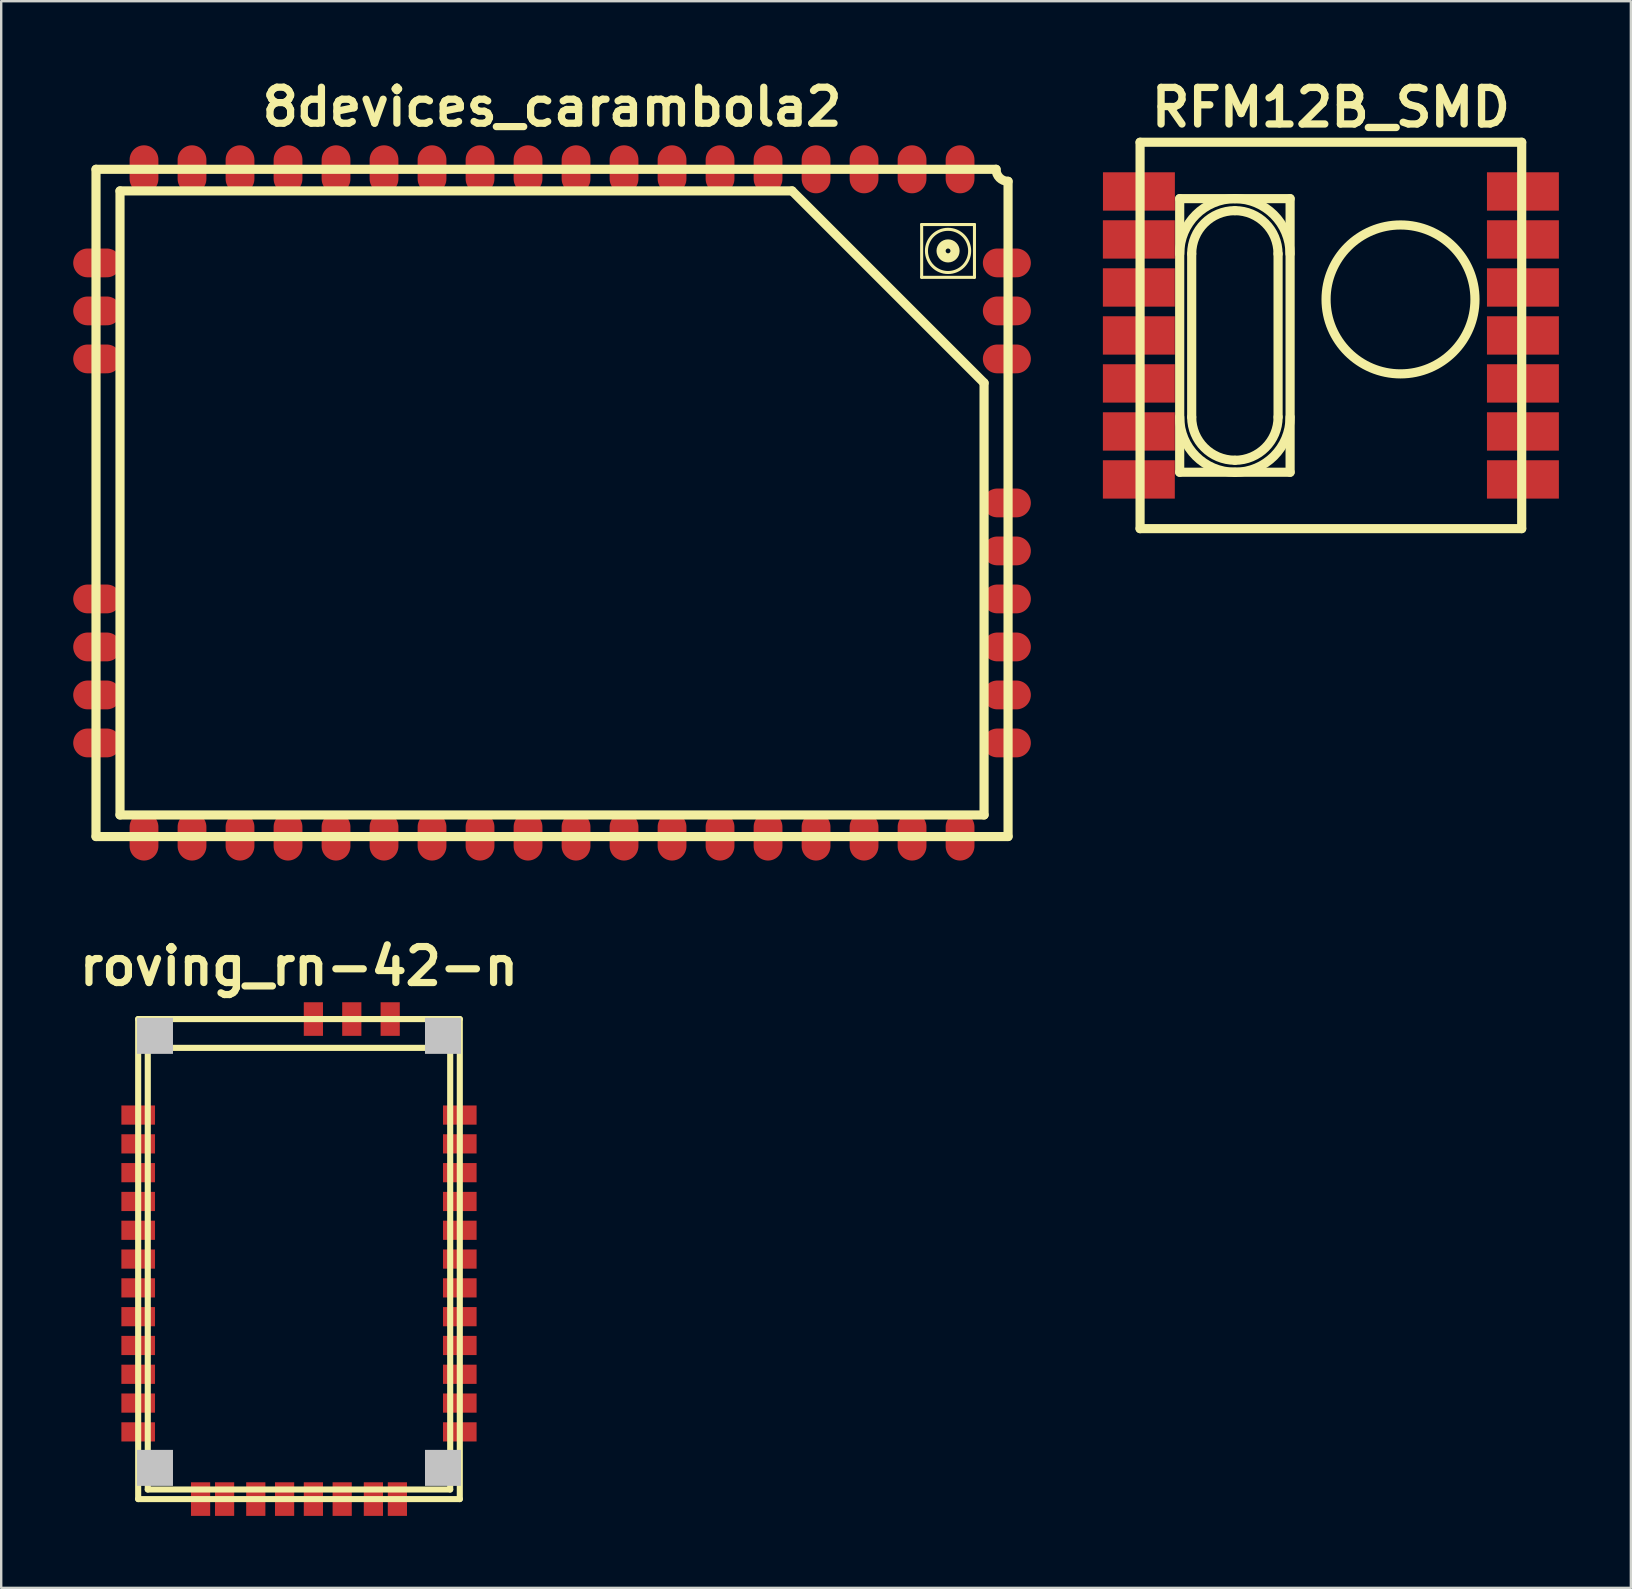
<source format=kicad_pcb>
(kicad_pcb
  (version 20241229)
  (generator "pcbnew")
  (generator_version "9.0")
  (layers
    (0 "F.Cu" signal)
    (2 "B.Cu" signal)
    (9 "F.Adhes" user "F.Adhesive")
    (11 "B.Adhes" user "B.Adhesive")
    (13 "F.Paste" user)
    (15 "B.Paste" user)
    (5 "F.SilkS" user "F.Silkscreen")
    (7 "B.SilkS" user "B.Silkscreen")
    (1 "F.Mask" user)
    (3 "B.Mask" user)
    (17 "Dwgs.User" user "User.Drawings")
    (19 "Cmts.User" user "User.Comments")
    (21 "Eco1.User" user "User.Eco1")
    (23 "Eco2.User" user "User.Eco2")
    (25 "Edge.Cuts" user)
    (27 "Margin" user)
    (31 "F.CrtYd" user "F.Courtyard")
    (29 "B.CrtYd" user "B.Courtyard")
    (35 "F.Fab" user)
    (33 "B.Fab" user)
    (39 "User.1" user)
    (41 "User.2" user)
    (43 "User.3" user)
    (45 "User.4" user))
  (footprint "roving_rn-42-n"
    (layer "F.Cu")
    (at 9.407 49.408)
    (property "Reference" "roving_rn-42-n" (at 0 -12.2 0) (layer "F.SilkS") (effects (font (size 1.5 1.5) (thickness 0.3))))
    (attr through_hole)
    (fp_line (start -6.7 -10) (end -6.7 10) (stroke (width 0.254) (type solid)) (layer "F.SilkS"))
    (fp_line (start -6.7 -10) (end 6.7 -10) (stroke (width 0.254) (type solid)) (layer "F.SilkS"))
    (fp_line (start -6.7 10) (end 6.7 10) (stroke (width 0.254) (type solid)) (layer "F.SilkS"))
    (fp_line (start -6.3 -8.8) (end -6.3 9.6) (stroke (width 0.254) (type solid)) (layer "F.SilkS"))
    (fp_line (start -6.3 -8.8) (end 6.3 -8.8) (stroke (width 0.254) (type solid)) (layer "F.SilkS"))
    (fp_line (start -6.3 9.6) (end 6.3 9.6) (stroke (width 0.254) (type solid)) (layer "F.SilkS"))
    (fp_line (start 6.3 -8.8) (end 6.3 9.6) (stroke (width 0.254) (type solid)) (layer "F.SilkS"))
    (fp_line (start 6.7 -10) (end 6.7 10) (stroke (width 0.254) (type solid)) (layer "F.SilkS"))
    (pad "" smd rect (at -6 -9.3) (size 1.5 1.5) (layers "Dwgs.User"))
    (pad "" smd rect (at -6 8.7) (size 1.5 1.5) (layers "Dwgs.User"))
    (pad "" smd rect (at 6 -9.3) (size 1.5 1.5) (layers "Dwgs.User"))
    (pad "" smd rect (at 6 8.7) (size 1.5 1.5) (layers "Dwgs.User"))
    (pad "1" smd rect (at -6.7 -6) (size 1.4 0.8) (layers "F.Cu" "F.Mask" "F.Paste"))
    (pad "2" smd rect (at -6.7 -4.8) (size 1.4 0.8) (layers "F.Cu" "F.Mask" "F.Paste"))
    (pad "3" smd rect (at -6.7 -3.6) (size 1.4 0.8) (layers "F.Cu" "F.Mask" "F.Paste"))
    (pad "4" smd rect (at -6.7 -2.4) (size 1.4 0.8) (layers "F.Cu" "F.Mask" "F.Paste"))
    (pad "5" smd rect (at -6.7 -1.2) (size 1.4 0.8) (layers "F.Cu" "F.Mask" "F.Paste"))
    (pad "6" smd rect (at -6.7 0) (size 1.4 0.8) (layers "F.Cu" "F.Mask" "F.Paste"))
    (pad "7" smd rect (at -6.7 1.2) (size 1.4 0.8) (layers "F.Cu" "F.Mask" "F.Paste"))
    (pad "8" smd rect (at -6.7 2.4) (size 1.4 0.8) (layers "F.Cu" "F.Mask" "F.Paste"))
    (pad "9" smd rect (at -6.7 3.6) (size 1.4 0.8) (layers "F.Cu" "F.Mask" "F.Paste"))
    (pad "10" smd rect (at -6.7 4.8) (size 1.4 0.8) (layers "F.Cu" "F.Mask" "F.Paste"))
    (pad "11" smd rect (at -6.7 6) (size 1.4 0.8) (layers "F.Cu" "F.Mask" "F.Paste"))
    (pad "12" smd rect (at -6.7 7.2) (size 1.4 0.8) (layers "F.Cu" "F.Mask" "F.Paste"))
    (pad "13" smd rect (at 6.7 7.2) (size 1.4 0.8) (layers "F.Cu" "F.Mask" "F.Paste"))
    (pad "14" smd rect (at 6.7 6) (size 1.4 0.8) (layers "F.Cu" "F.Mask" "F.Paste"))
    (pad "15" smd rect (at 6.7 4.8) (size 1.4 0.8) (layers "F.Cu" "F.Mask" "F.Paste"))
    (pad "16" smd rect (at 6.7 3.6) (size 1.4 0.8) (layers "F.Cu" "F.Mask" "F.Paste"))
    (pad "17" smd rect (at 6.7 2.4) (size 1.4 0.8) (layers "F.Cu" "F.Mask" "F.Paste"))
    (pad "18" smd rect (at 6.7 1.2) (size 1.4 0.8) (layers "F.Cu" "F.Mask" "F.Paste"))
    (pad "19" smd rect (at 6.7 0) (size 1.4 0.8) (layers "F.Cu" "F.Mask" "F.Paste"))
    (pad "20" smd rect (at 6.7 -1.2) (size 1.4 0.8) (layers "F.Cu" "F.Mask" "F.Paste"))
    (pad "21" smd rect (at 6.7 -2.4) (size 1.4 0.8) (layers "F.Cu" "F.Mask" "F.Paste"))
    (pad "22" smd rect (at 6.7 -3.6) (size 1.4 0.8) (layers "F.Cu" "F.Mask" "F.Paste"))
    (pad "23" smd rect (at 6.7 -4.8) (size 1.4 0.8) (layers "F.Cu" "F.Mask" "F.Paste"))
    (pad "24" smd rect (at 6.7 -6) (size 1.4 0.8) (layers "F.Cu" "F.Mask" "F.Paste"))
    (pad "25" smd rect (at 3.8 -10) (size 0.8 1.4) (layers "F.Cu" "F.Mask" "F.Paste"))
    (pad "26" smd rect (at 2.2 -10) (size 0.8 1.4) (layers "F.Cu" "F.Mask" "F.Paste"))
    (pad "27" smd rect (at 0.6 -10) (size 0.8 1.4) (layers "F.Cu" "F.Mask" "F.Paste"))
    (pad "28" smd rect (at 3.1 10) (size 0.8 1.4) (layers "F.Cu" "F.Mask" "F.Paste"))
    (pad "29" smd rect (at -3.1 10) (size 0.8 1.4) (layers "F.Cu" "F.Mask" "F.Paste"))
    (pad "30" smd rect (at 4.1 10) (size 0.8 1.4) (layers "F.Cu" "F.Mask" "F.Paste"))
    (pad "31" smd rect (at 1.8 10) (size 0.8 1.4) (layers "F.Cu" "F.Mask" "F.Paste"))
    (pad "32" smd rect (at 0.6 10) (size 0.8 1.4) (layers "F.Cu" "F.Mask" "F.Paste"))
    (pad "33" smd rect (at -0.6 10) (size 0.8 1.4) (layers "F.Cu" "F.Mask" "F.Paste"))
    (pad "34" smd rect (at -1.8 10) (size 0.8 1.4) (layers "F.Cu" "F.Mask" "F.Paste"))
    (pad "35" smd rect (at -4.1 10) (size 0.8 1.4) (layers "F.Cu" "F.Mask" "F.Paste")))
  (footprint "8devices_carambola2"
    (layer "F.Cu")
    (at 19.95 17.904)
    (property "Reference" "8devices_carambola2" (at 0 -16.5 0) (layer "F.SilkS") (effects (font (size 1.5 1.5) (thickness 0.3))))
    (attr through_hole)
    (fp_line (start -19 -13.9) (end 18.5 -13.9) (stroke (width 0.381) (type solid)) (layer "F.SilkS"))
    (fp_line (start -19 13.9) (end -19 -13.9) (stroke (width 0.381) (type solid)) (layer "F.SilkS"))
    (fp_line (start -18 -13) (end 10 -13) (stroke (width 0.381) (type solid)) (layer "F.SilkS"))
    (fp_line (start -18 13) (end -18 -13) (stroke (width 0.381) (type solid)) (layer "F.SilkS"))
    (fp_line (start 10 -13) (end 18 -5) (stroke (width 0.381) (type solid)) (layer "F.SilkS"))
    (fp_line (start 15.4 -11.6) (end 17.6 -11.6) (stroke (width 0.127) (type solid)) (layer "F.SilkS"))
    (fp_line (start 15.4 -9.4) (end 15.4 -11.6) (stroke (width 0.127) (type solid)) (layer "F.SilkS"))
    (fp_line (start 17.6 -11.6) (end 17.6 -9.4) (stroke (width 0.127) (type solid)) (layer "F.SilkS"))
    (fp_line (start 17.6 -9.4) (end 15.4 -9.4) (stroke (width 0.127) (type solid)) (layer "F.SilkS"))
    (fp_line (start 18 -5) (end 18 13) (stroke (width 0.381) (type solid)) (layer "F.SilkS"))
    (fp_line (start 18 13) (end -18 13) (stroke (width 0.381) (type solid)) (layer "F.SilkS"))
    (fp_line (start 19 -13.4) (end 19 13.9) (stroke (width 0.381) (type solid)) (layer "F.SilkS"))
    (fp_line (start 19 13.9) (end -19 13.9) (stroke (width 0.381) (type solid)) (layer "F.SilkS"))
    (fp_arc (start 19 -13.4) (mid 18.646447 -13.546447) (end 18.5 -13.9) (stroke (width 0.381) (type solid)) (layer "F.SilkS"))
    (fp_circle (center 16.5 -10.5) (end 16.6 -10.5) (stroke (width 0.381) (type solid)) (fill no) (layer "F.SilkS"))
    (fp_circle (center 16.5 -10.5) (end 17.4 -10.5) (stroke (width 0.127) (type solid)) (fill no) (layer "F.SilkS"))
    (pad "1" smd oval (at -17 13.9) (size 1.2 2) (layers "F.Cu" "F.Mask" "F.Paste"))
    (pad "2" smd oval (at -15 13.9) (size 1.2 2) (layers "F.Cu" "F.Mask" "F.Paste"))
    (pad "3" smd oval (at -13 13.9) (size 1.2 2) (layers "F.Cu" "F.Mask" "F.Paste"))
    (pad "4" smd oval (at -11 13.9) (size 1.2 2) (layers "F.Cu" "F.Mask" "F.Paste"))
    (pad "5" smd oval (at -9 13.9) (size 1.2 2) (layers "F.Cu" "F.Mask" "F.Paste"))
    (pad "6" smd oval (at -7 13.9) (size 1.2 2) (layers "F.Cu" "F.Mask" "F.Paste"))
    (pad "7" smd oval (at -5 13.9) (size 1.2 2) (layers "F.Cu" "F.Mask" "F.Paste"))
    (pad "8" smd oval (at -3 13.9) (size 1.2 2) (layers "F.Cu" "F.Mask" "F.Paste"))
    (pad "9" smd oval (at -1 13.9) (size 1.2 2) (layers "F.Cu" "F.Mask" "F.Paste"))
    (pad "10" smd oval (at 1 13.9) (size 1.2 2) (layers "F.Cu" "F.Mask" "F.Paste"))
    (pad "11" smd oval (at 3 13.9) (size 1.2 2) (layers "F.Cu" "F.Mask" "F.Paste"))
    (pad "12" smd oval (at 5 13.9) (size 1.2 2) (layers "F.Cu" "F.Mask" "F.Paste"))
    (pad "13" smd oval (at 7 13.9) (size 1.2 2) (layers "F.Cu" "F.Mask" "F.Paste"))
    (pad "14" smd oval (at 9 13.9) (size 1.2 2) (layers "F.Cu" "F.Mask" "F.Paste"))
    (pad "15" smd oval (at 11 13.9) (size 1.2 2) (layers "F.Cu" "F.Mask" "F.Paste"))
    (pad "16" smd oval (at 13 13.9) (size 1.2 2) (layers "F.Cu" "F.Mask" "F.Paste"))
    (pad "17" smd oval (at 15 13.9) (size 1.2 2) (layers "F.Cu" "F.Mask" "F.Paste"))
    (pad "18" smd oval (at 17 13.9) (size 1.2 2) (layers "F.Cu" "F.Mask" "F.Paste"))
    (pad "19" smd oval (at 18.95 10) (size 2 1.2) (layers "F.Cu" "F.Mask" "F.Paste"))
    (pad "20" smd oval (at 18.95 8) (size 2 1.2) (layers "F.Cu" "F.Mask" "F.Paste"))
    (pad "21" smd oval (at 18.95 6) (size 2 1.2) (layers "F.Cu" "F.Mask" "F.Paste"))
    (pad "22" smd oval (at 18.95 4) (size 2 1.2) (layers "F.Cu" "F.Mask" "F.Paste"))
    (pad "23" smd oval (at 18.95 2) (size 2 1.2) (layers "F.Cu" "F.Mask" "F.Paste"))
    (pad "24" smd oval (at 18.95 0) (size 2 1.2) (layers "F.Cu" "F.Mask" "F.Paste"))
    (pad "25" smd oval (at 18.95 -6) (size 2 1.2) (layers "F.Cu" "F.Mask" "F.Paste"))
    (pad "26" smd oval (at 18.95 -8) (size 2 1.2) (layers "F.Cu" "F.Mask" "F.Paste"))
    (pad "27" smd oval (at 18.95 -10) (size 2 1.2) (layers "F.Cu" "F.Mask" "F.Paste"))
    (pad "28" smd oval (at 17 -13.9) (size 1.2 2) (layers "F.Cu" "F.Mask" "F.Paste"))
    (pad "29" smd oval (at 15 -13.9) (size 1.2 2) (layers "F.Cu" "F.Mask" "F.Paste"))
    (pad "30" smd oval (at 13 -13.9) (size 1.2 2) (layers "F.Cu" "F.Mask" "F.Paste"))
    (pad "31" smd oval (at 11 -13.9) (size 1.2 2) (layers "F.Cu" "F.Mask" "F.Paste"))
    (pad "32" smd oval (at 9 -13.9) (size 1.2 2) (layers "F.Cu" "F.Mask" "F.Paste"))
    (pad "33" smd oval (at 7 -13.9) (size 1.2 2) (layers "F.Cu" "F.Mask" "F.Paste"))
    (pad "34" smd oval (at 5 -13.9) (size 1.2 2) (layers "F.Cu" "F.Mask" "F.Paste"))
    (pad "35" smd oval (at 3 -13.9) (size 1.2 2) (layers "F.Cu" "F.Mask" "F.Paste"))
    (pad "36" smd oval (at 1 -13.9) (size 1.2 2) (layers "F.Cu" "F.Mask" "F.Paste"))
    (pad "37" smd oval (at -1 -13.9) (size 1.2 2) (layers "F.Cu" "F.Mask" "F.Paste"))
    (pad "38" smd oval (at -3 -13.9) (size 1.2 2) (layers "F.Cu" "F.Mask" "F.Paste"))
    (pad "39" smd oval (at -5 -13.9) (size 1.2 2) (layers "F.Cu" "F.Mask" "F.Paste"))
    (pad "40" smd oval (at -7 -13.9) (size 1.2 2) (layers "F.Cu" "F.Mask" "F.Paste"))
    (pad "41" smd oval (at -9 -13.9) (size 1.2 2) (layers "F.Cu" "F.Mask" "F.Paste"))
    (pad "42" smd oval (at -11 -13.9) (size 1.2 2) (layers "F.Cu" "F.Mask" "F.Paste"))
    (pad "43" smd oval (at -13 -13.9) (size 1.2 2) (layers "F.Cu" "F.Mask" "F.Paste"))
    (pad "44" smd oval (at -15 -13.9) (size 1.2 2) (layers "F.Cu" "F.Mask" "F.Paste"))
    (pad "45" smd oval (at -17 -13.9) (size 1.2 2) (layers "F.Cu" "F.Mask" "F.Paste"))
    (pad "46" smd oval (at -18.95 -10) (size 2 1.2) (layers "F.Cu" "F.Mask" "F.Paste"))
    (pad "47" smd oval (at -18.95 -8) (size 2 1.2) (layers "F.Cu" "F.Mask" "F.Paste"))
    (pad "48" smd oval (at -18.95 -6) (size 2 1.2) (layers "F.Cu" "F.Mask" "F.Paste"))
    (pad "49" smd oval (at -18.95 4) (size 2 1.2) (layers "F.Cu" "F.Mask" "F.Paste"))
    (pad "50" smd oval (at -18.95 6) (size 2 1.2) (layers "F.Cu" "F.Mask" "F.Paste"))
    (pad "51" smd oval (at -18.95 8) (size 2 1.2) (layers "F.Cu" "F.Mask" "F.Paste"))
    (pad "52" smd oval (at -18.95 10) (size 2 1.2) (layers "F.Cu" "F.Mask" "F.Paste")))
  (footprint "RFM12B_SMD"
    (layer "F.Cu")
    (at 52.4 10.926)
    (property "Reference" "RFM12B_SMD" (at 0 -9.5 0) (layer "F.SilkS") (effects (font (size 1.524 1.524) (thickness 0.305))))
    (attr through_hole)
    (fp_line (start -7.95 -8.049) (end 7.95 -8.049) (stroke (width 0.381) (type solid)) (layer "F.SilkS"))
    (fp_line (start -7.95 8.049) (end -7.95 -8.049) (stroke (width 0.381) (type solid)) (layer "F.SilkS"))
    (fp_line (start -6.299 -5.7) (end -1.699 -5.7) (stroke (width 0.381) (type solid)) (layer "F.SilkS"))
    (fp_line (start -6.299 5.7) (end -6.299 -5.7) (stroke (width 0.381) (type solid)) (layer "F.SilkS"))
    (fp_line (start -5.799 3.401) (end -5.799 -3.401) (stroke (width 0.381) (type solid)) (layer "F.SilkS"))
    (fp_line (start -2.2 -3.401) (end -2.2 3.401) (stroke (width 0.381) (type solid)) (layer "F.SilkS"))
    (fp_line (start -1.699 -5.7) (end -1.699 5.7) (stroke (width 0.381) (type solid)) (layer "F.SilkS"))
    (fp_line (start -1.699 5.7) (end -6.299 5.7) (stroke (width 0.381) (type solid)) (layer "F.SilkS"))
    (fp_line (start 7.95 -8.049) (end 7.95 8.049) (stroke (width 0.381) (type solid)) (layer "F.SilkS"))
    (fp_line (start 7.95 8.049) (end -7.95 8.049) (stroke (width 0.381) (type solid)) (layer "F.SilkS"))
    (fp_arc (start -6.2992 -3.40106) (mid -5.625926 -5.026486) (end -4.0005 -5.69976) (stroke (width 0.381) (type solid)) (layer "F.SilkS"))
    (fp_arc (start -5.79882 -3.40106) (mid -5.272104 -4.672664) (end -4.0005 -5.19938) (stroke (width 0.381) (type solid)) (layer "F.SilkS"))
    (fp_arc (start -4.0005 -5.69976) (mid -2.375074 -5.026486) (end -1.7018 -3.40106) (stroke (width 0.381) (type solid)) (layer "F.SilkS"))
    (fp_arc (start -4.0005 -5.19938) (mid -2.728896 -4.672664) (end -2.20218 -3.40106) (stroke (width 0.381) (type solid)) (layer "F.SilkS"))
    (fp_arc (start -4.0005 5.19938) (mid -5.272104 4.672664) (end -5.79882 3.40106) (stroke (width 0.381) (type solid)) (layer "F.SilkS"))
    (fp_arc (start -4.0005 5.69976) (mid -5.625926 5.026486) (end -6.2992 3.40106) (stroke (width 0.381) (type solid)) (layer "F.SilkS"))
    (fp_arc (start -2.19964 3.40106) (mid -2.7271 4.67446) (end -4.0005 5.20192) (stroke (width 0.381) (type solid)) (layer "F.SilkS"))
    (fp_arc (start -1.69926 3.40106) (mid -2.373278 5.028282) (end -4.0005 5.7023) (stroke (width 0.381) (type solid)) (layer "F.SilkS"))
    (fp_circle (center 2.901 -1.501) (end -0.201 -1.501) (stroke (width 0.381) (type solid)) (fill no) (layer "F.SilkS"))
    (pad "1" smd rect (at -7.998 -5.999) (size 2.997 1.598) (layers "F.Cu" "F.Mask" "F.Paste"))
    (pad "2" smd rect (at -8.001 -4) (size 2.997 1.598) (layers "F.Cu" "F.Mask" "F.Paste"))
    (pad "3" smd rect (at -8.001 -1.999) (size 2.997 1.598) (layers "F.Cu" "F.Mask" "F.Paste"))
    (pad "4" smd rect (at -8.001 0) (size 2.997 1.598) (layers "F.Cu" "F.Mask" "F.Paste"))
    (pad "5" smd rect (at -8.001 1.999) (size 2.997 1.598) (layers "F.Cu" "F.Mask" "F.Paste"))
    (pad "6" smd rect (at -8.001 4) (size 2.997 1.598) (layers "F.Cu" "F.Mask" "F.Paste"))
    (pad "7" smd rect (at -8.001 5.999) (size 2.997 1.598) (layers "F.Cu" "F.Mask" "F.Paste"))
    (pad "8" smd rect (at 8.001 5.999) (size 2.997 1.598) (layers "F.Cu" "F.Mask" "F.Paste"))
    (pad "9" smd rect (at 8.001 4) (size 2.997 1.598) (layers "F.Cu" "F.Mask" "F.Paste"))
    (pad "10" smd rect (at 8.001 1.999) (size 2.997 1.598) (layers "F.Cu" "F.Mask" "F.Paste"))
    (pad "11" smd rect (at 8.001 0) (size 2.997 1.598) (layers "F.Cu" "F.Mask" "F.Paste"))
    (pad "12" smd rect (at 8.001 -1.999) (size 2.997 1.598) (layers "F.Cu" "F.Mask" "F.Paste"))
    (pad "13" smd rect (at 8.001 -4) (size 2.997 1.598) (layers "F.Cu" "F.Mask" "F.Paste"))
    (pad "14" smd rect (at 8.001 -5.999) (size 2.997 1.598) (layers "F.Cu" "F.Mask" "F.Paste")))
  (gr_rect
    (start -3 -3)
    (end 64.899 63.108)
    (stroke (width 0.1) (type default))
    (fill no)
    (layer "Edge.Cuts")))
</source>
